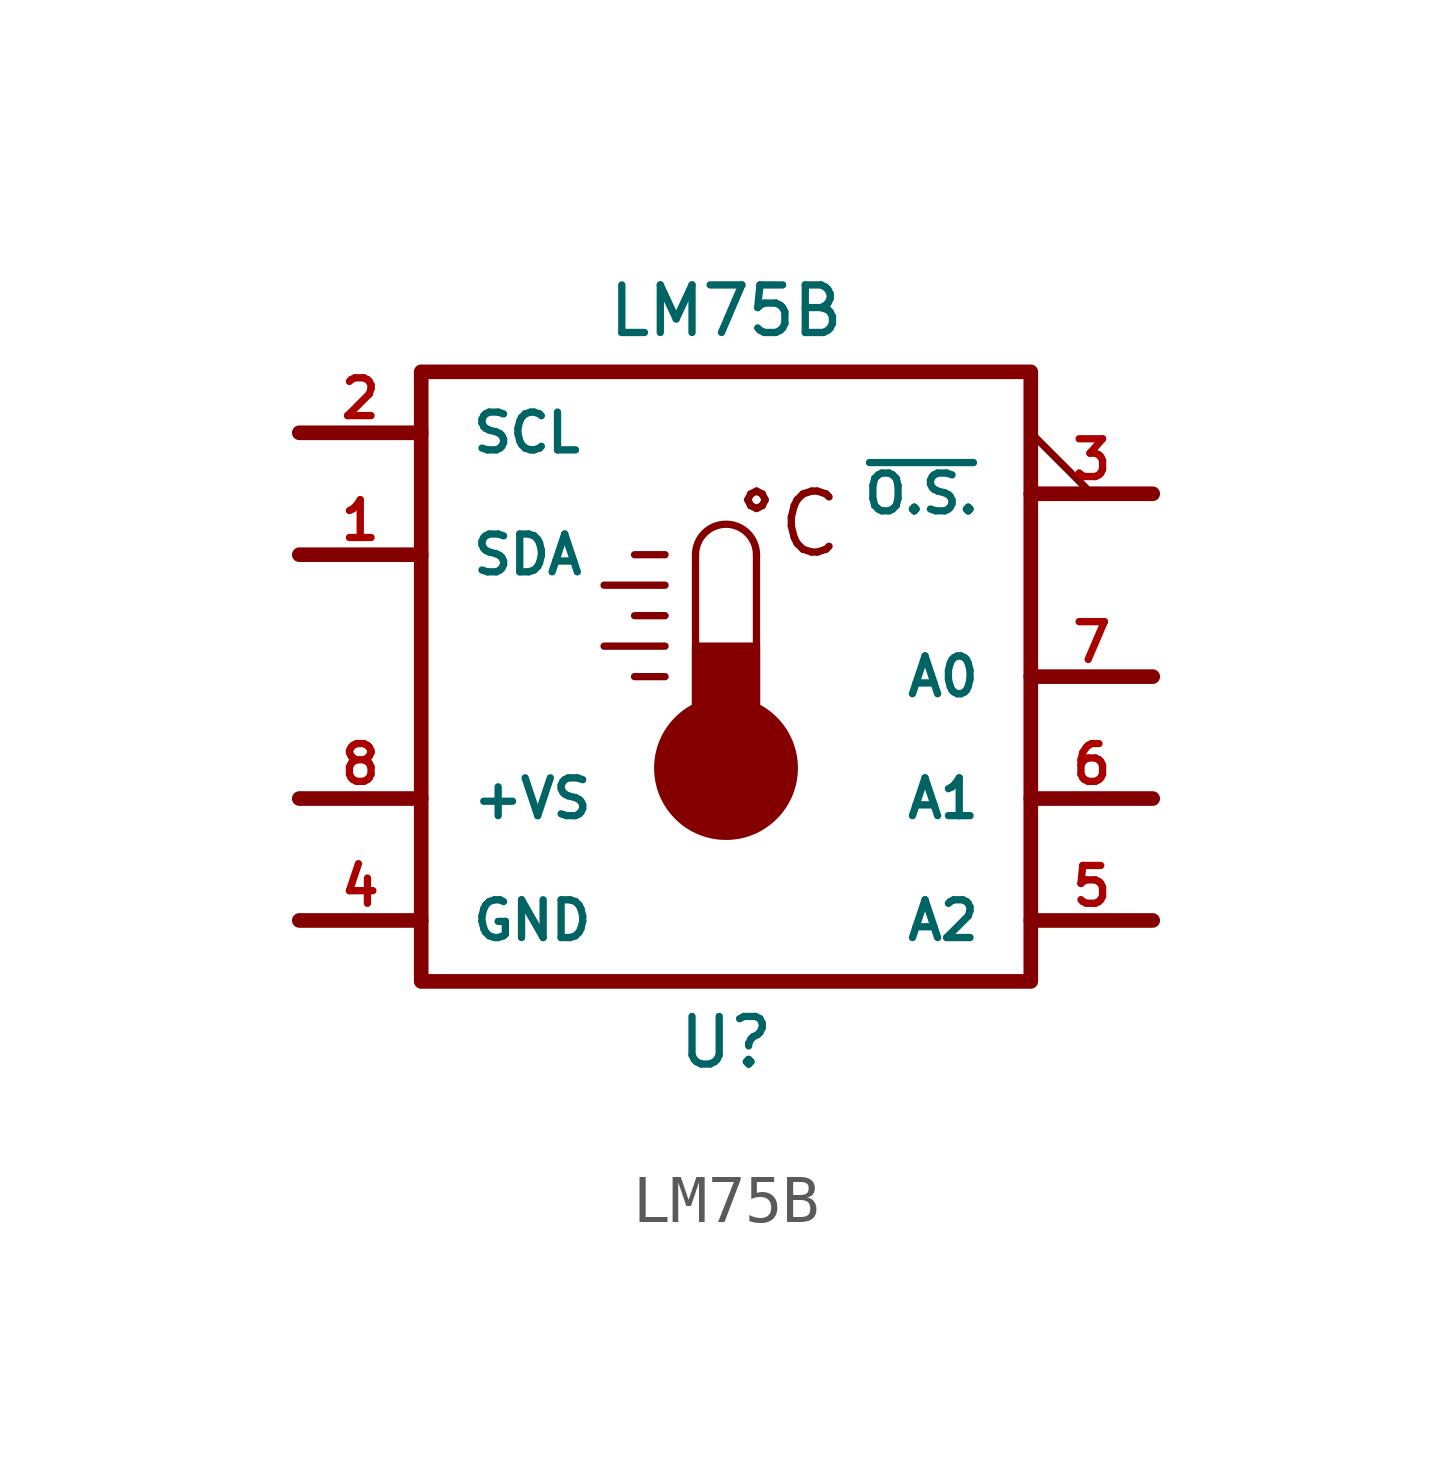
<source format=kicad_sym>
(kicad_symbol_lib
  (version 20220914)
  (generator kicad_symbol_editor)
  (symbol "LM75B"
    (pin_names
      (offset 1.016))
    (property "Reference" "U"
      (at 0 -7.62 0)
      (effects (font (size 0.991 0.991))))
    (property "Value" "LM75B"
      (at 0 7.62 0)
      (effects (font (size 0.991 0.991))))
    (symbol "LM75B_0_0"
      (polyline (pts (xy -2.54 0.635) (xy -1.27 0.635)) (stroke (width 0) (type default)) (fill (type none)))
      (polyline (pts (xy -2.54 1.905) (xy -1.27 1.905)) (stroke (width 0) (type default)) (fill (type none)))
      (polyline (pts (xy -1.905 0) (xy -1.27 0)) (stroke (width 0) (type default)) (fill (type none)))
      (polyline (pts (xy -1.905 1.27) (xy -1.27 1.27)) (stroke (width 0) (type default)) (fill (type none)))
      (polyline (pts (xy -1.905 2.54) (xy -1.27 2.54)) (stroke (width 0) (type default)) (fill (type none)))
      (text "°C" (at 1.27 3.175 0) (effects (font (size 1.27 1.27)))))
    (symbol "LM75B_0_1"
      (rectangle (start -6.35 6.35) (end 6.35 -6.35) (stroke (width 0.305) (type default)) (fill (type none)))
      (rectangle (start -0.635 0.635) (end 0.635 -1.27) (stroke (width 0) (type default)) (fill (type outline)))
      (circle (center 0 -1.905) (radius 1.422) (stroke (width 0) (type default)) (fill (type outline)))
      (polyline (pts (xy -8.89 -2.54) (xy -6.35 -2.54)) (stroke (width 0.305) (type default)) (fill (type none)))
      (polyline (pts (xy -8.89 5.08) (xy -6.35 5.08)) (stroke (width 0.305) (type default)) (fill (type none)))
      (polyline (pts (xy -6.35 -5.08) (xy -8.89 -5.08)) (stroke (width 0.305) (type default)) (fill (type none)))
      (polyline (pts (xy -6.35 2.54) (xy -8.89 2.54)) (stroke (width 0.305) (type default)) (fill (type none)))
      (polyline (pts (xy -0.635 2.54) (xy -0.635 -1.27)) (stroke (width 0) (type default)) (fill (type none)))
      (polyline (pts (xy 6.35 -2.54) (xy 8.89 -2.54)) (stroke (width 0.305) (type default)) (fill (type none)))
      (polyline (pts (xy 6.35 3.81) (xy 8.89 3.81)) (stroke (width 0.305) (type default)) (fill (type none)))
      (polyline (pts (xy 8.89 -5.08) (xy 6.35 -5.08)) (stroke (width 0.305) (type default)) (fill (type none)))
      (polyline (pts (xy 8.89 0) (xy 6.35 0)) (stroke (width 0.305) (type default)) (fill (type none)))
      (polyline (pts (xy 0.635 2.54) (xy 0.635 0) (xy 0.635 -1.27)) (stroke (width 0) (type default)) (fill (type none)))
      (arc (start 0.635 2.54) (mid 0 3.1723) (end -0.635 2.54) (stroke (width 0) (type default)) (fill (type none))))
    (symbol "LM75B_1_1"
      (pin input line (at -8.89 2.54 0) (length 2.54) (name "SDA" (effects (font (size 0.787 0.787)))) (number "1" (effects (font (size 0.787 0.787)))))
      (pin input line (at -8.89 5.08 0) (length 2.54) (name "SCL" (effects (font (size 0.787 0.787)))) (number "2" (effects (font (size 0.787 0.787)))))
      (pin open_collector output_low (at 8.89 3.81 180) (length 2.54) (name "~{O.S.}" (effects (font (size 0.787 0.787)))) (number "3" (effects (font (size 0.787 0.787)))))
      (pin power_in line (at -8.89 -5.08 0) (length 2.54) (name "GND" (effects (font (size 0.787 0.787)))) (number "4" (effects (font (size 0.787 0.787)))))
      (pin input line (at 8.89 -5.08 180) (length 2.54) (name "A2" (effects (font (size 0.787 0.787)))) (number "5" (effects (font (size 0.787 0.787)))))
      (pin input line (at 8.89 -2.54 180) (length 2.54) (name "A1" (effects (font (size 0.787 0.787)))) (number "6" (effects (font (size 0.787 0.787)))))
      (pin input line (at 8.89 0 180) (length 2.54) (name "A0" (effects (font (size 0.787 0.787)))) (number "7" (effects (font (size 0.787 0.787)))))
      (pin power_in line (at -8.89 -2.54 0) (length 2.54) (name "+VS" (effects (font (size 0.787 0.787)))) (number "8" (effects (font (size 0.787 0.787))))))))
</source>
